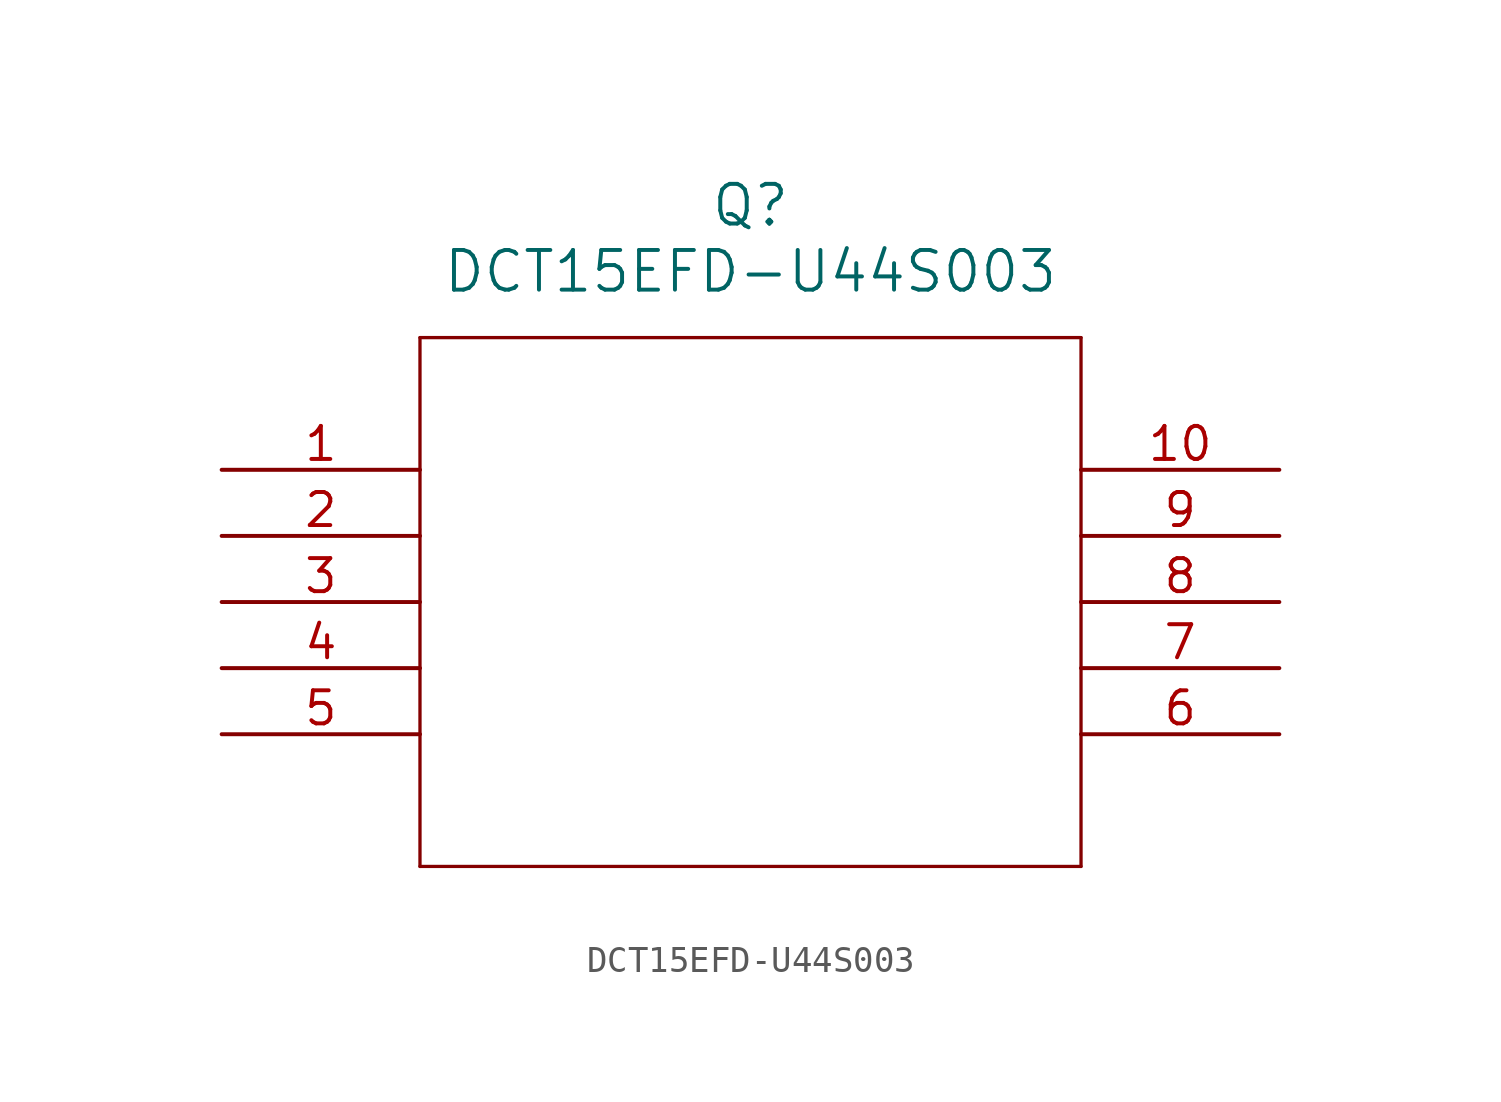
<source format=kicad_sym>
(kicad_symbol_lib
  (version 20211014)
  (generator kicad_symbol_editor)
  (symbol "DCT15EFD-U44S003"
    (pin_names
      (offset 0.254))
    (property "Reference" "Q"
      (at 20.32 10.16 0)
      (effects (font (size 1.524 1.524))))
    (property "Value" "DCT15EFD-U44S003"
      (at 20.32 7.62 0)
      (effects (font (size 1.524 1.524))))
    (symbol "DCT15EFD-U44S003_0_1"
      (polyline (pts (xy 7.62 5.08) (xy 7.62 -15.24)) (stroke (width 0.127) (type default) (color 0 0 0 0)) (fill (type none)))
      (polyline (pts (xy 7.62 -15.24) (xy 33.02 -15.24)) (stroke (width 0.127) (type default) (color 0 0 0 0)) (fill (type none)))
      (polyline (pts (xy 33.02 -15.24) (xy 33.02 5.08)) (stroke (width 0.127) (type default) (color 0 0 0 0)) (fill (type none)))
      (polyline (pts (xy 33.02 5.08) (xy 7.62 5.08)) (stroke (width 0.127) (type default) (color 0 0 0 0)) (fill (type none)))
      (pin unspecified line (at 0 0 0) (length 7.62) (name "" (effects (font (size 1.27 1.27)))) (number "1" (effects (font (size 1.27 1.27)))))
      (pin unspecified line (at 0 -2.54 0) (length 7.62) (name "" (effects (font (size 1.27 1.27)))) (number "2" (effects (font (size 1.27 1.27)))))
      (pin unspecified line (at 0 -5.08 0) (length 7.62) (name "" (effects (font (size 1.27 1.27)))) (number "3" (effects (font (size 1.27 1.27)))))
      (pin unspecified line (at 0 -7.62 0) (length 7.62) (name "" (effects (font (size 1.27 1.27)))) (number "4" (effects (font (size 1.27 1.27)))))
      (pin unspecified line (at 0 -10.16 0) (length 7.62) (name "" (effects (font (size 1.27 1.27)))) (number "5" (effects (font (size 1.27 1.27)))))
      (pin unspecified line (at 40.64 -10.16 180) (length 7.62) (name "" (effects (font (size 1.27 1.27)))) (number "6" (effects (font (size 1.27 1.27)))))
      (pin unspecified line (at 40.64 -7.62 180) (length 7.62) (name "" (effects (font (size 1.27 1.27)))) (number "7" (effects (font (size 1.27 1.27)))))
      (pin unspecified line (at 40.64 -5.08 180) (length 7.62) (name "" (effects (font (size 1.27 1.27)))) (number "8" (effects (font (size 1.27 1.27)))))
      (pin unspecified line (at 40.64 -2.54 180) (length 7.62) (name "" (effects (font (size 1.27 1.27)))) (number "9" (effects (font (size 1.27 1.27)))))
      (pin unspecified line (at 40.64 0 180) (length 7.62) (name "" (effects (font (size 1.27 1.27)))) (number "10" (effects (font (size 1.27 1.27))))))))
</source>
